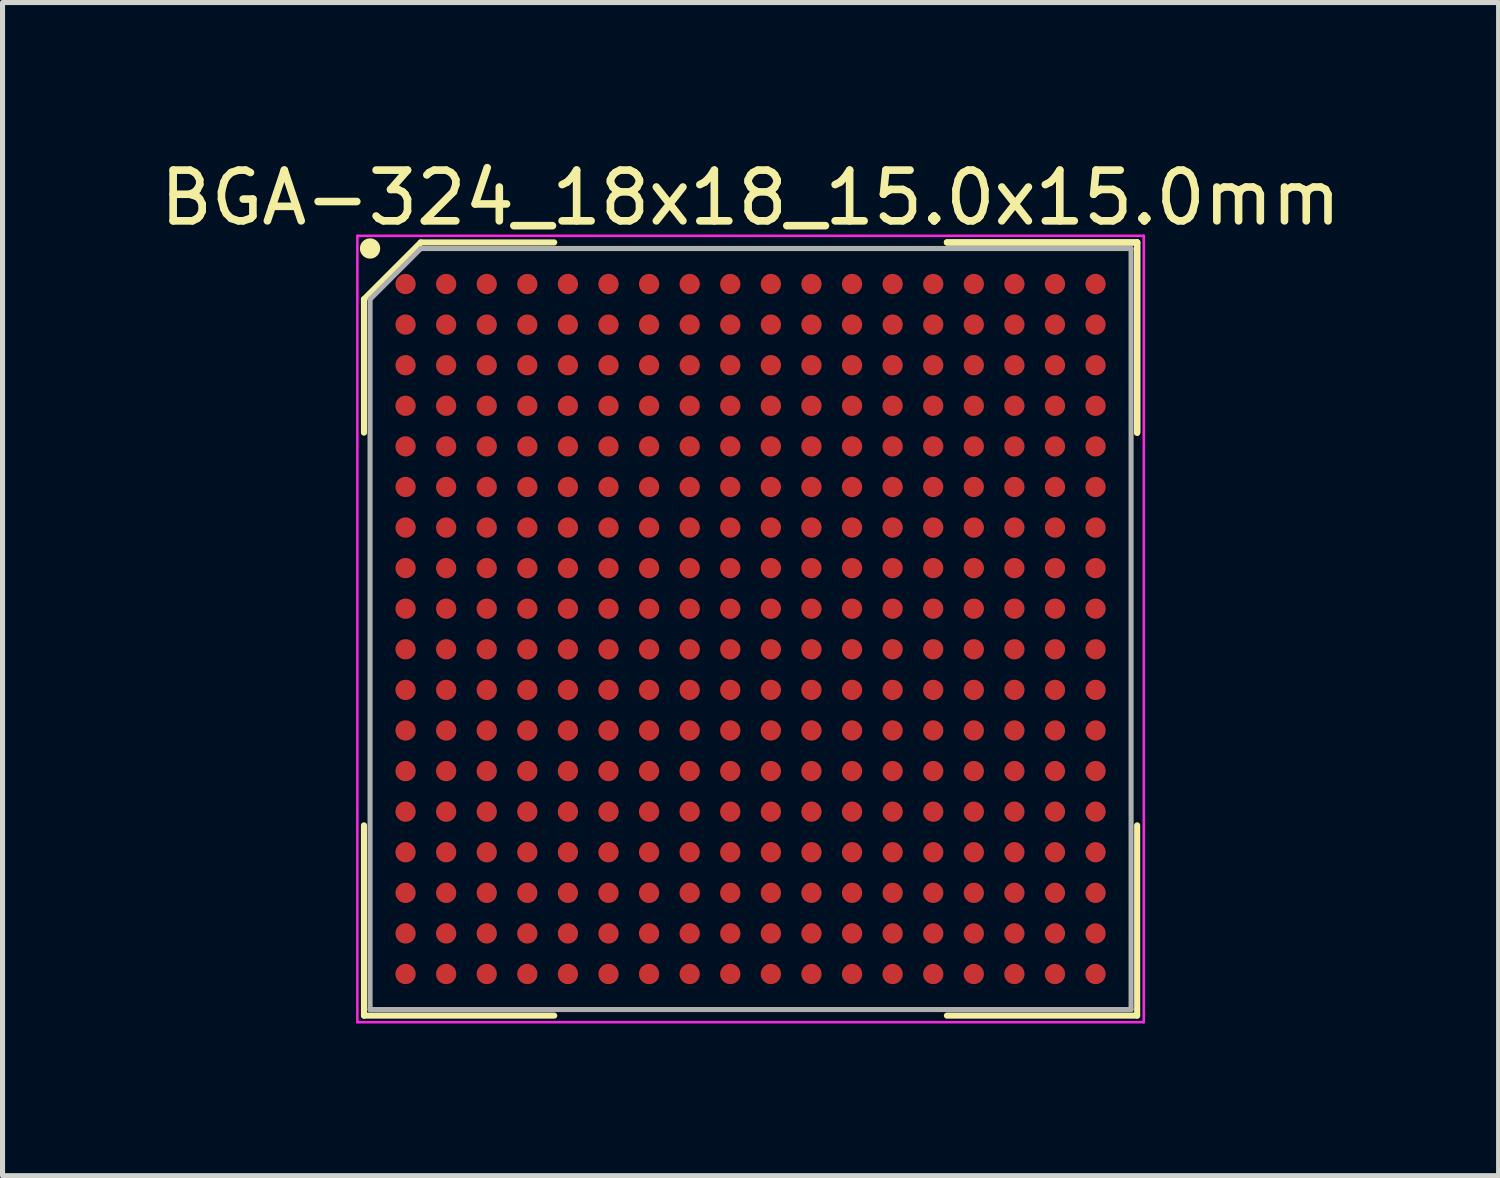
<source format=kicad_pcb>
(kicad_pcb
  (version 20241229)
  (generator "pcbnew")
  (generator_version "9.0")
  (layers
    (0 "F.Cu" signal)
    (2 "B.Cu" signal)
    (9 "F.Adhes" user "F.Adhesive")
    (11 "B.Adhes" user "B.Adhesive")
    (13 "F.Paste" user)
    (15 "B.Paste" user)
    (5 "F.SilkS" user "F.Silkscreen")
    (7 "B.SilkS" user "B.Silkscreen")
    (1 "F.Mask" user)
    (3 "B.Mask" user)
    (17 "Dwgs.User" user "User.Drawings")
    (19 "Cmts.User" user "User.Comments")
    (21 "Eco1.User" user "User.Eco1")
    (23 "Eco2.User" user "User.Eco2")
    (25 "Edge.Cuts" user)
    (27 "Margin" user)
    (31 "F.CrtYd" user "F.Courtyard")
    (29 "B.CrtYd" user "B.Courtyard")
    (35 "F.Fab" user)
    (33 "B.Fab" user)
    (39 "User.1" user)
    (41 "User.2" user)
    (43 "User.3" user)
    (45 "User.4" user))
  (footprint "BGA-324_18x18_15.0x15.0mm"
    (layer "F.Cu")
    (at 11.744 9.348)
    (property "Reference" "BGA-324_18x18_15.0x15.0mm" (at 0 -8.5 0) (layer "F.SilkS") (effects (font (size 1 1) (thickness 0.15))))
    (attr through_hole)
    (fp_line (start -7.62 -6.5) (end -7.62 -3.87) (stroke (width 0.12) (type solid)) (layer "F.SilkS"))
    (fp_line (start -7.62 7.62) (end -7.62 3.87) (stroke (width 0.12) (type solid)) (layer "F.SilkS"))
    (fp_line (start -6.5 -7.62) (end -7.62 -6.5) (stroke (width 0.12) (type solid)) (layer "F.SilkS"))
    (fp_line (start -3.87 -7.62) (end -6.5 -7.62) (stroke (width 0.12) (type solid)) (layer "F.SilkS"))
    (fp_line (start -3.87 7.62) (end -7.62 7.62) (stroke (width 0.12) (type solid)) (layer "F.SilkS"))
    (fp_line (start 3.87 -7.62) (end 7.62 -7.62) (stroke (width 0.12) (type solid)) (layer "F.SilkS"))
    (fp_line (start 3.87 -7.62) (end 7.62 -7.62) (stroke (width 0.12) (type solid)) (layer "F.SilkS"))
    (fp_line (start 3.87 -7.62) (end 7.62 -7.62) (stroke (width 0.12) (type solid)) (layer "F.SilkS"))
    (fp_line (start 3.87 7.62) (end 7.62 7.62) (stroke (width 0.12) (type solid)) (layer "F.SilkS"))
    (fp_line (start 7.62 -7.62) (end 7.62 -3.87) (stroke (width 0.12) (type solid)) (layer "F.SilkS"))
    (fp_line (start 7.62 -7.62) (end 7.62 -3.87) (stroke (width 0.12) (type solid)) (layer "F.SilkS"))
    (fp_line (start 7.62 -7.62) (end 7.62 -3.87) (stroke (width 0.12) (type solid)) (layer "F.SilkS"))
    (fp_line (start 7.62 7.62) (end 7.62 3.87) (stroke (width 0.12) (type solid)) (layer "F.SilkS"))
    (fp_circle (center -7.5 -7.5) (end -7.5 -7.4) (stroke (width 0.2) (type solid)) (fill no) (layer "F.SilkS"))
    (fp_line (start -7.75 -7.75) (end 7.75 -7.75) (stroke (width 0.05) (type solid)) (layer "F.CrtYd"))
    (fp_line (start -7.75 7.75) (end -7.75 -7.75) (stroke (width 0.05) (type solid)) (layer "F.CrtYd"))
    (fp_line (start 7.75 -7.75) (end 7.75 7.75) (stroke (width 0.05) (type solid)) (layer "F.CrtYd"))
    (fp_line (start 7.75 7.75) (end -7.75 7.75) (stroke (width 0.05) (type solid)) (layer "F.CrtYd"))
    (fp_line (start -7.5 -6.5) (end -7.5 7.5) (stroke (width 0.1) (type solid)) (layer "F.Fab"))
    (fp_line (start -7.5 7.5) (end 7.5 7.5) (stroke (width 0.1) (type solid)) (layer "F.Fab"))
    (fp_line (start -6.5 -7.5) (end -7.5 -6.5) (stroke (width 0.1) (type solid)) (layer "F.Fab"))
    (fp_line (start 7.5 -7.5) (end -6.5 -7.5) (stroke (width 0.1) (type solid)) (layer "F.Fab"))
    (fp_line (start 7.5 7.5) (end 7.5 -7.5) (stroke (width 0.1) (type solid)) (layer "F.Fab"))
    (pad "A1" smd circle (at -6.8 -6.8) (size 0.4 0.4) (layers "F.Cu" "F.Mask" "F.Paste"))
    (pad "A2" smd circle (at -6 -6.8) (size 0.4 0.4) (layers "F.Cu" "F.Mask" "F.Paste"))
    (pad "A3" smd circle (at -5.2 -6.8) (size 0.4 0.4) (layers "F.Cu" "F.Mask" "F.Paste"))
    (pad "A4" smd circle (at -4.4 -6.8) (size 0.4 0.4) (layers "F.Cu" "F.Mask" "F.Paste"))
    (pad "A5" smd circle (at -3.6 -6.8) (size 0.4 0.4) (layers "F.Cu" "F.Mask" "F.Paste"))
    (pad "A6" smd circle (at -2.8 -6.8) (size 0.4 0.4) (layers "F.Cu" "F.Mask" "F.Paste"))
    (pad "A7" smd circle (at -2 -6.8) (size 0.4 0.4) (layers "F.Cu" "F.Mask" "F.Paste"))
    (pad "A8" smd circle (at -1.2 -6.8) (size 0.4 0.4) (layers "F.Cu" "F.Mask" "F.Paste"))
    (pad "A9" smd circle (at -0.4 -6.8) (size 0.4 0.4) (layers "F.Cu" "F.Mask" "F.Paste"))
    (pad "A10" smd circle (at 0.4 -6.8) (size 0.4 0.4) (layers "F.Cu" "F.Mask" "F.Paste"))
    (pad "A11" smd circle (at 1.2 -6.8) (size 0.4 0.4) (layers "F.Cu" "F.Mask" "F.Paste"))
    (pad "A12" smd circle (at 2 -6.8) (size 0.4 0.4) (layers "F.Cu" "F.Mask" "F.Paste"))
    (pad "A13" smd circle (at 2.8 -6.8) (size 0.4 0.4) (layers "F.Cu" "F.Mask" "F.Paste"))
    (pad "A14" smd circle (at 3.6 -6.8) (size 0.4 0.4) (layers "F.Cu" "F.Mask" "F.Paste"))
    (pad "A15" smd circle (at 4.4 -6.8) (size 0.4 0.4) (layers "F.Cu" "F.Mask" "F.Paste"))
    (pad "A16" smd circle (at 5.2 -6.8) (size 0.4 0.4) (layers "F.Cu" "F.Mask" "F.Paste"))
    (pad "A17" smd circle (at 6 -6.8) (size 0.4 0.4) (layers "F.Cu" "F.Mask" "F.Paste"))
    (pad "A18" smd circle (at 6.8 -6.8) (size 0.4 0.4) (layers "F.Cu" "F.Mask" "F.Paste"))
    (pad "B1" smd circle (at -6.8 -6) (size 0.4 0.4) (layers "F.Cu" "F.Mask" "F.Paste"))
    (pad "B2" smd circle (at -6 -6) (size 0.4 0.4) (layers "F.Cu" "F.Mask" "F.Paste"))
    (pad "B3" smd circle (at -5.2 -6) (size 0.4 0.4) (layers "F.Cu" "F.Mask" "F.Paste"))
    (pad "B4" smd circle (at -4.4 -6) (size 0.4 0.4) (layers "F.Cu" "F.Mask" "F.Paste"))
    (pad "B5" smd circle (at -3.6 -6) (size 0.4 0.4) (layers "F.Cu" "F.Mask" "F.Paste"))
    (pad "B6" smd circle (at -2.8 -6) (size 0.4 0.4) (layers "F.Cu" "F.Mask" "F.Paste"))
    (pad "B7" smd circle (at -2 -6) (size 0.4 0.4) (layers "F.Cu" "F.Mask" "F.Paste"))
    (pad "B8" smd circle (at -1.2 -6) (size 0.4 0.4) (layers "F.Cu" "F.Mask" "F.Paste"))
    (pad "B9" smd circle (at -0.4 -6) (size 0.4 0.4) (layers "F.Cu" "F.Mask" "F.Paste"))
    (pad "B10" smd circle (at 0.4 -6) (size 0.4 0.4) (layers "F.Cu" "F.Mask" "F.Paste"))
    (pad "B11" smd circle (at 1.2 -6) (size 0.4 0.4) (layers "F.Cu" "F.Mask" "F.Paste"))
    (pad "B12" smd circle (at 2 -6) (size 0.4 0.4) (layers "F.Cu" "F.Mask" "F.Paste"))
    (pad "B13" smd circle (at 2.8 -6) (size 0.4 0.4) (layers "F.Cu" "F.Mask" "F.Paste"))
    (pad "B14" smd circle (at 3.6 -6) (size 0.4 0.4) (layers "F.Cu" "F.Mask" "F.Paste"))
    (pad "B15" smd circle (at 4.4 -6) (size 0.4 0.4) (layers "F.Cu" "F.Mask" "F.Paste"))
    (pad "B16" smd circle (at 5.2 -6) (size 0.4 0.4) (layers "F.Cu" "F.Mask" "F.Paste"))
    (pad "B17" smd circle (at 6 -6) (size 0.4 0.4) (layers "F.Cu" "F.Mask" "F.Paste"))
    (pad "B18" smd circle (at 6.8 -6) (size 0.4 0.4) (layers "F.Cu" "F.Mask" "F.Paste"))
    (pad "C1" smd circle (at -6.8 -5.2) (size 0.4 0.4) (layers "F.Cu" "F.Mask" "F.Paste"))
    (pad "C2" smd circle (at -6 -5.2) (size 0.4 0.4) (layers "F.Cu" "F.Mask" "F.Paste"))
    (pad "C3" smd circle (at -5.2 -5.2) (size 0.4 0.4) (layers "F.Cu" "F.Mask" "F.Paste"))
    (pad "C4" smd circle (at -4.4 -5.2) (size 0.4 0.4) (layers "F.Cu" "F.Mask" "F.Paste"))
    (pad "C5" smd circle (at -3.6 -5.2) (size 0.4 0.4) (layers "F.Cu" "F.Mask" "F.Paste"))
    (pad "C6" smd circle (at -2.8 -5.2) (size 0.4 0.4) (layers "F.Cu" "F.Mask" "F.Paste"))
    (pad "C7" smd circle (at -2 -5.2) (size 0.4 0.4) (layers "F.Cu" "F.Mask" "F.Paste"))
    (pad "C8" smd circle (at -1.2 -5.2) (size 0.4 0.4) (layers "F.Cu" "F.Mask" "F.Paste"))
    (pad "C9" smd circle (at -0.4 -5.2) (size 0.4 0.4) (layers "F.Cu" "F.Mask" "F.Paste"))
    (pad "C10" smd circle (at 0.4 -5.2) (size 0.4 0.4) (layers "F.Cu" "F.Mask" "F.Paste"))
    (pad "C11" smd circle (at 1.2 -5.2) (size 0.4 0.4) (layers "F.Cu" "F.Mask" "F.Paste"))
    (pad "C12" smd circle (at 2 -5.2) (size 0.4 0.4) (layers "F.Cu" "F.Mask" "F.Paste"))
    (pad "C13" smd circle (at 2.8 -5.2) (size 0.4 0.4) (layers "F.Cu" "F.Mask" "F.Paste"))
    (pad "C14" smd circle (at 3.6 -5.2) (size 0.4 0.4) (layers "F.Cu" "F.Mask" "F.Paste"))
    (pad "C15" smd circle (at 4.4 -5.2) (size 0.4 0.4) (layers "F.Cu" "F.Mask" "F.Paste"))
    (pad "C16" smd circle (at 5.2 -5.2) (size 0.4 0.4) (layers "F.Cu" "F.Mask" "F.Paste"))
    (pad "C17" smd circle (at 6 -5.2) (size 0.4 0.4) (layers "F.Cu" "F.Mask" "F.Paste"))
    (pad "C18" smd circle (at 6.8 -5.2) (size 0.4 0.4) (layers "F.Cu" "F.Mask" "F.Paste"))
    (pad "D1" smd circle (at -6.8 -4.4) (size 0.4 0.4) (layers "F.Cu" "F.Mask" "F.Paste"))
    (pad "D2" smd circle (at -6 -4.4) (size 0.4 0.4) (layers "F.Cu" "F.Mask" "F.Paste"))
    (pad "D3" smd circle (at -5.2 -4.4) (size 0.4 0.4) (layers "F.Cu" "F.Mask" "F.Paste"))
    (pad "D4" smd circle (at -4.4 -4.4) (size 0.4 0.4) (layers "F.Cu" "F.Mask" "F.Paste"))
    (pad "D5" smd circle (at -3.6 -4.4) (size 0.4 0.4) (layers "F.Cu" "F.Mask" "F.Paste"))
    (pad "D6" smd circle (at -2.8 -4.4) (size 0.4 0.4) (layers "F.Cu" "F.Mask" "F.Paste"))
    (pad "D7" smd circle (at -2 -4.4) (size 0.4 0.4) (layers "F.Cu" "F.Mask" "F.Paste"))
    (pad "D8" smd circle (at -1.2 -4.4) (size 0.4 0.4) (layers "F.Cu" "F.Mask" "F.Paste"))
    (pad "D9" smd circle (at -0.4 -4.4) (size 0.4 0.4) (layers "F.Cu" "F.Mask" "F.Paste"))
    (pad "D10" smd circle (at 0.4 -4.4) (size 0.4 0.4) (layers "F.Cu" "F.Mask" "F.Paste"))
    (pad "D11" smd circle (at 1.2 -4.4) (size 0.4 0.4) (layers "F.Cu" "F.Mask" "F.Paste"))
    (pad "D12" smd circle (at 2 -4.4) (size 0.4 0.4) (layers "F.Cu" "F.Mask" "F.Paste"))
    (pad "D13" smd circle (at 2.8 -4.4) (size 0.4 0.4) (layers "F.Cu" "F.Mask" "F.Paste"))
    (pad "D14" smd circle (at 3.6 -4.4) (size 0.4 0.4) (layers "F.Cu" "F.Mask" "F.Paste"))
    (pad "D15" smd circle (at 4.4 -4.4) (size 0.4 0.4) (layers "F.Cu" "F.Mask" "F.Paste"))
    (pad "D16" smd circle (at 5.2 -4.4) (size 0.4 0.4) (layers "F.Cu" "F.Mask" "F.Paste"))
    (pad "D17" smd circle (at 6 -4.4) (size 0.4 0.4) (layers "F.Cu" "F.Mask" "F.Paste"))
    (pad "D18" smd circle (at 6.8 -4.4) (size 0.4 0.4) (layers "F.Cu" "F.Mask" "F.Paste"))
    (pad "E1" smd circle (at -6.8 -3.6) (size 0.4 0.4) (layers "F.Cu" "F.Mask" "F.Paste"))
    (pad "E2" smd circle (at -6 -3.6) (size 0.4 0.4) (layers "F.Cu" "F.Mask" "F.Paste"))
    (pad "E3" smd circle (at -5.2 -3.6) (size 0.4 0.4) (layers "F.Cu" "F.Mask" "F.Paste"))
    (pad "E4" smd circle (at -4.4 -3.6) (size 0.4 0.4) (layers "F.Cu" "F.Mask" "F.Paste"))
    (pad "E5" smd circle (at -3.6 -3.6) (size 0.4 0.4) (layers "F.Cu" "F.Mask" "F.Paste"))
    (pad "E6" smd circle (at -2.8 -3.6) (size 0.4 0.4) (layers "F.Cu" "F.Mask" "F.Paste"))
    (pad "E7" smd circle (at -2 -3.6) (size 0.4 0.4) (layers "F.Cu" "F.Mask" "F.Paste"))
    (pad "E8" smd circle (at -1.2 -3.6) (size 0.4 0.4) (layers "F.Cu" "F.Mask" "F.Paste"))
    (pad "E9" smd circle (at -0.4 -3.6) (size 0.4 0.4) (layers "F.Cu" "F.Mask" "F.Paste"))
    (pad "E10" smd circle (at 0.4 -3.6) (size 0.4 0.4) (layers "F.Cu" "F.Mask" "F.Paste"))
    (pad "E11" smd circle (at 1.2 -3.6) (size 0.4 0.4) (layers "F.Cu" "F.Mask" "F.Paste"))
    (pad "E12" smd circle (at 2 -3.6) (size 0.4 0.4) (layers "F.Cu" "F.Mask" "F.Paste"))
    (pad "E13" smd circle (at 2.8 -3.6) (size 0.4 0.4) (layers "F.Cu" "F.Mask" "F.Paste"))
    (pad "E14" smd circle (at 3.6 -3.6) (size 0.4 0.4) (layers "F.Cu" "F.Mask" "F.Paste"))
    (pad "E15" smd circle (at 4.4 -3.6) (size 0.4 0.4) (layers "F.Cu" "F.Mask" "F.Paste"))
    (pad "E16" smd circle (at 5.2 -3.6) (size 0.4 0.4) (layers "F.Cu" "F.Mask" "F.Paste"))
    (pad "E17" smd circle (at 6 -3.6) (size 0.4 0.4) (layers "F.Cu" "F.Mask" "F.Paste"))
    (pad "E18" smd circle (at 6.8 -3.6) (size 0.4 0.4) (layers "F.Cu" "F.Mask" "F.Paste"))
    (pad "F1" smd circle (at -6.8 -2.8) (size 0.4 0.4) (layers "F.Cu" "F.Mask" "F.Paste"))
    (pad "F2" smd circle (at -6 -2.8) (size 0.4 0.4) (layers "F.Cu" "F.Mask" "F.Paste"))
    (pad "F3" smd circle (at -5.2 -2.8) (size 0.4 0.4) (layers "F.Cu" "F.Mask" "F.Paste"))
    (pad "F4" smd circle (at -4.4 -2.8) (size 0.4 0.4) (layers "F.Cu" "F.Mask" "F.Paste"))
    (pad "F5" smd circle (at -3.6 -2.8) (size 0.4 0.4) (layers "F.Cu" "F.Mask" "F.Paste"))
    (pad "F6" smd circle (at -2.8 -2.8) (size 0.4 0.4) (layers "F.Cu" "F.Mask" "F.Paste"))
    (pad "F7" smd circle (at -2 -2.8) (size 0.4 0.4) (layers "F.Cu" "F.Mask" "F.Paste"))
    (pad "F8" smd circle (at -1.2 -2.8) (size 0.4 0.4) (layers "F.Cu" "F.Mask" "F.Paste"))
    (pad "F9" smd circle (at -0.4 -2.8) (size 0.4 0.4) (layers "F.Cu" "F.Mask" "F.Paste"))
    (pad "F10" smd circle (at 0.4 -2.8) (size 0.4 0.4) (layers "F.Cu" "F.Mask" "F.Paste"))
    (pad "F11" smd circle (at 1.2 -2.8) (size 0.4 0.4) (layers "F.Cu" "F.Mask" "F.Paste"))
    (pad "F12" smd circle (at 2 -2.8) (size 0.4 0.4) (layers "F.Cu" "F.Mask" "F.Paste"))
    (pad "F13" smd circle (at 2.8 -2.8) (size 0.4 0.4) (layers "F.Cu" "F.Mask" "F.Paste"))
    (pad "F14" smd circle (at 3.6 -2.8) (size 0.4 0.4) (layers "F.Cu" "F.Mask" "F.Paste"))
    (pad "F15" smd circle (at 4.4 -2.8) (size 0.4 0.4) (layers "F.Cu" "F.Mask" "F.Paste"))
    (pad "F16" smd circle (at 5.2 -2.8) (size 0.4 0.4) (layers "F.Cu" "F.Mask" "F.Paste"))
    (pad "F17" smd circle (at 6 -2.8) (size 0.4 0.4) (layers "F.Cu" "F.Mask" "F.Paste"))
    (pad "F18" smd circle (at 6.8 -2.8) (size 0.4 0.4) (layers "F.Cu" "F.Mask" "F.Paste"))
    (pad "G1" smd circle (at -6.8 -2) (size 0.4 0.4) (layers "F.Cu" "F.Mask" "F.Paste"))
    (pad "G2" smd circle (at -6 -2) (size 0.4 0.4) (layers "F.Cu" "F.Mask" "F.Paste"))
    (pad "G3" smd circle (at -5.2 -2) (size 0.4 0.4) (layers "F.Cu" "F.Mask" "F.Paste"))
    (pad "G4" smd circle (at -4.4 -2) (size 0.4 0.4) (layers "F.Cu" "F.Mask" "F.Paste"))
    (pad "G5" smd circle (at -3.6 -2) (size 0.4 0.4) (layers "F.Cu" "F.Mask" "F.Paste"))
    (pad "G6" smd circle (at -2.8 -2) (size 0.4 0.4) (layers "F.Cu" "F.Mask" "F.Paste"))
    (pad "G7" smd circle (at -2 -2) (size 0.4 0.4) (layers "F.Cu" "F.Mask" "F.Paste"))
    (pad "G8" smd circle (at -1.2 -2) (size 0.4 0.4) (layers "F.Cu" "F.Mask" "F.Paste"))
    (pad "G9" smd circle (at -0.4 -2) (size 0.4 0.4) (layers "F.Cu" "F.Mask" "F.Paste"))
    (pad "G10" smd circle (at 0.4 -2) (size 0.4 0.4) (layers "F.Cu" "F.Mask" "F.Paste"))
    (pad "G11" smd circle (at 1.2 -2) (size 0.4 0.4) (layers "F.Cu" "F.Mask" "F.Paste"))
    (pad "G12" smd circle (at 2 -2) (size 0.4 0.4) (layers "F.Cu" "F.Mask" "F.Paste"))
    (pad "G13" smd circle (at 2.8 -2) (size 0.4 0.4) (layers "F.Cu" "F.Mask" "F.Paste"))
    (pad "G14" smd circle (at 3.6 -2) (size 0.4 0.4) (layers "F.Cu" "F.Mask" "F.Paste"))
    (pad "G15" smd circle (at 4.4 -2) (size 0.4 0.4) (layers "F.Cu" "F.Mask" "F.Paste"))
    (pad "G16" smd circle (at 5.2 -2) (size 0.4 0.4) (layers "F.Cu" "F.Mask" "F.Paste"))
    (pad "G17" smd circle (at 6 -2) (size 0.4 0.4) (layers "F.Cu" "F.Mask" "F.Paste"))
    (pad "G18" smd circle (at 6.8 -2) (size 0.4 0.4) (layers "F.Cu" "F.Mask" "F.Paste"))
    (pad "H1" smd circle (at -6.8 -1.2) (size 0.4 0.4) (layers "F.Cu" "F.Mask" "F.Paste"))
    (pad "H2" smd circle (at -6 -1.2) (size 0.4 0.4) (layers "F.Cu" "F.Mask" "F.Paste"))
    (pad "H3" smd circle (at -5.2 -1.2) (size 0.4 0.4) (layers "F.Cu" "F.Mask" "F.Paste"))
    (pad "H4" smd circle (at -4.4 -1.2) (size 0.4 0.4) (layers "F.Cu" "F.Mask" "F.Paste"))
    (pad "H5" smd circle (at -3.6 -1.2) (size 0.4 0.4) (layers "F.Cu" "F.Mask" "F.Paste"))
    (pad "H6" smd circle (at -2.8 -1.2) (size 0.4 0.4) (layers "F.Cu" "F.Mask" "F.Paste"))
    (pad "H7" smd circle (at -2 -1.2) (size 0.4 0.4) (layers "F.Cu" "F.Mask" "F.Paste"))
    (pad "H8" smd circle (at -1.2 -1.2) (size 0.4 0.4) (layers "F.Cu" "F.Mask" "F.Paste"))
    (pad "H9" smd circle (at -0.4 -1.2) (size 0.4 0.4) (layers "F.Cu" "F.Mask" "F.Paste"))
    (pad "H10" smd circle (at 0.4 -1.2) (size 0.4 0.4) (layers "F.Cu" "F.Mask" "F.Paste"))
    (pad "H11" smd circle (at 1.2 -1.2) (size 0.4 0.4) (layers "F.Cu" "F.Mask" "F.Paste"))
    (pad "H12" smd circle (at 2 -1.2) (size 0.4 0.4) (layers "F.Cu" "F.Mask" "F.Paste"))
    (pad "H13" smd circle (at 2.8 -1.2) (size 0.4 0.4) (layers "F.Cu" "F.Mask" "F.Paste"))
    (pad "H14" smd circle (at 3.6 -1.2) (size 0.4 0.4) (layers "F.Cu" "F.Mask" "F.Paste"))
    (pad "H15" smd circle (at 4.4 -1.2) (size 0.4 0.4) (layers "F.Cu" "F.Mask" "F.Paste"))
    (pad "H16" smd circle (at 5.2 -1.2) (size 0.4 0.4) (layers "F.Cu" "F.Mask" "F.Paste"))
    (pad "H17" smd circle (at 6 -1.2) (size 0.4 0.4) (layers "F.Cu" "F.Mask" "F.Paste"))
    (pad "H18" smd circle (at 6.8 -1.2) (size 0.4 0.4) (layers "F.Cu" "F.Mask" "F.Paste"))
    (pad "J1" smd circle (at -6.8 -0.4) (size 0.4 0.4) (layers "F.Cu" "F.Mask" "F.Paste"))
    (pad "J2" smd circle (at -6 -0.4) (size 0.4 0.4) (layers "F.Cu" "F.Mask" "F.Paste"))
    (pad "J3" smd circle (at -5.2 -0.4) (size 0.4 0.4) (layers "F.Cu" "F.Mask" "F.Paste"))
    (pad "J4" smd circle (at -4.4 -0.4) (size 0.4 0.4) (layers "F.Cu" "F.Mask" "F.Paste"))
    (pad "J5" smd circle (at -3.6 -0.4) (size 0.4 0.4) (layers "F.Cu" "F.Mask" "F.Paste"))
    (pad "J6" smd circle (at -2.8 -0.4) (size 0.4 0.4) (layers "F.Cu" "F.Mask" "F.Paste"))
    (pad "J7" smd circle (at -2 -0.4) (size 0.4 0.4) (layers "F.Cu" "F.Mask" "F.Paste"))
    (pad "J8" smd circle (at -1.2 -0.4) (size 0.4 0.4) (layers "F.Cu" "F.Mask" "F.Paste"))
    (pad "J9" smd circle (at -0.4 -0.4) (size 0.4 0.4) (layers "F.Cu" "F.Mask" "F.Paste"))
    (pad "J10" smd circle (at 0.4 -0.4) (size 0.4 0.4) (layers "F.Cu" "F.Mask" "F.Paste"))
    (pad "J11" smd circle (at 1.2 -0.4) (size 0.4 0.4) (layers "F.Cu" "F.Mask" "F.Paste"))
    (pad "J12" smd circle (at 2 -0.4) (size 0.4 0.4) (layers "F.Cu" "F.Mask" "F.Paste"))
    (pad "J13" smd circle (at 2.8 -0.4) (size 0.4 0.4) (layers "F.Cu" "F.Mask" "F.Paste"))
    (pad "J14" smd circle (at 3.6 -0.4) (size 0.4 0.4) (layers "F.Cu" "F.Mask" "F.Paste"))
    (pad "J15" smd circle (at 4.4 -0.4) (size 0.4 0.4) (layers "F.Cu" "F.Mask" "F.Paste"))
    (pad "J16" smd circle (at 5.2 -0.4) (size 0.4 0.4) (layers "F.Cu" "F.Mask" "F.Paste"))
    (pad "J17" smd circle (at 6 -0.4) (size 0.4 0.4) (layers "F.Cu" "F.Mask" "F.Paste"))
    (pad "J18" smd circle (at 6.8 -0.4) (size 0.4 0.4) (layers "F.Cu" "F.Mask" "F.Paste"))
    (pad "K1" smd circle (at -6.8 0.4) (size 0.4 0.4) (layers "F.Cu" "F.Mask" "F.Paste"))
    (pad "K2" smd circle (at -6 0.4) (size 0.4 0.4) (layers "F.Cu" "F.Mask" "F.Paste"))
    (pad "K3" smd circle (at -5.2 0.4) (size 0.4 0.4) (layers "F.Cu" "F.Mask" "F.Paste"))
    (pad "K4" smd circle (at -4.4 0.4) (size 0.4 0.4) (layers "F.Cu" "F.Mask" "F.Paste"))
    (pad "K5" smd circle (at -3.6 0.4) (size 0.4 0.4) (layers "F.Cu" "F.Mask" "F.Paste"))
    (pad "K6" smd circle (at -2.8 0.4) (size 0.4 0.4) (layers "F.Cu" "F.Mask" "F.Paste"))
    (pad "K7" smd circle (at -2 0.4) (size 0.4 0.4) (layers "F.Cu" "F.Mask" "F.Paste"))
    (pad "K8" smd circle (at -1.2 0.4) (size 0.4 0.4) (layers "F.Cu" "F.Mask" "F.Paste"))
    (pad "K9" smd circle (at -0.4 0.4) (size 0.4 0.4) (layers "F.Cu" "F.Mask" "F.Paste"))
    (pad "K10" smd circle (at 0.4 0.4) (size 0.4 0.4) (layers "F.Cu" "F.Mask" "F.Paste"))
    (pad "K11" smd circle (at 1.2 0.4) (size 0.4 0.4) (layers "F.Cu" "F.Mask" "F.Paste"))
    (pad "K12" smd circle (at 2 0.4) (size 0.4 0.4) (layers "F.Cu" "F.Mask" "F.Paste"))
    (pad "K13" smd circle (at 2.8 0.4) (size 0.4 0.4) (layers "F.Cu" "F.Mask" "F.Paste"))
    (pad "K14" smd circle (at 3.6 0.4) (size 0.4 0.4) (layers "F.Cu" "F.Mask" "F.Paste"))
    (pad "K15" smd circle (at 4.4 0.4) (size 0.4 0.4) (layers "F.Cu" "F.Mask" "F.Paste"))
    (pad "K16" smd circle (at 5.2 0.4) (size 0.4 0.4) (layers "F.Cu" "F.Mask" "F.Paste"))
    (pad "K17" smd circle (at 6 0.4) (size 0.4 0.4) (layers "F.Cu" "F.Mask" "F.Paste"))
    (pad "K18" smd circle (at 6.8 0.4) (size 0.4 0.4) (layers "F.Cu" "F.Mask" "F.Paste"))
    (pad "L1" smd circle (at -6.8 1.2) (size 0.4 0.4) (layers "F.Cu" "F.Mask" "F.Paste"))
    (pad "L2" smd circle (at -6 1.2) (size 0.4 0.4) (layers "F.Cu" "F.Mask" "F.Paste"))
    (pad "L3" smd circle (at -5.2 1.2) (size 0.4 0.4) (layers "F.Cu" "F.Mask" "F.Paste"))
    (pad "L4" smd circle (at -4.4 1.2) (size 0.4 0.4) (layers "F.Cu" "F.Mask" "F.Paste"))
    (pad "L5" smd circle (at -3.6 1.2) (size 0.4 0.4) (layers "F.Cu" "F.Mask" "F.Paste"))
    (pad "L6" smd circle (at -2.8 1.2) (size 0.4 0.4) (layers "F.Cu" "F.Mask" "F.Paste"))
    (pad "L7" smd circle (at -2 1.2) (size 0.4 0.4) (layers "F.Cu" "F.Mask" "F.Paste"))
    (pad "L8" smd circle (at -1.2 1.2) (size 0.4 0.4) (layers "F.Cu" "F.Mask" "F.Paste"))
    (pad "L9" smd circle (at -0.4 1.2) (size 0.4 0.4) (layers "F.Cu" "F.Mask" "F.Paste"))
    (pad "L10" smd circle (at 0.4 1.2) (size 0.4 0.4) (layers "F.Cu" "F.Mask" "F.Paste"))
    (pad "L11" smd circle (at 1.2 1.2) (size 0.4 0.4) (layers "F.Cu" "F.Mask" "F.Paste"))
    (pad "L12" smd circle (at 2 1.2) (size 0.4 0.4) (layers "F.Cu" "F.Mask" "F.Paste"))
    (pad "L13" smd circle (at 2.8 1.2) (size 0.4 0.4) (layers "F.Cu" "F.Mask" "F.Paste"))
    (pad "L14" smd circle (at 3.6 1.2) (size 0.4 0.4) (layers "F.Cu" "F.Mask" "F.Paste"))
    (pad "L15" smd circle (at 4.4 1.2) (size 0.4 0.4) (layers "F.Cu" "F.Mask" "F.Paste"))
    (pad "L16" smd circle (at 5.2 1.2) (size 0.4 0.4) (layers "F.Cu" "F.Mask" "F.Paste"))
    (pad "L17" smd circle (at 6 1.2) (size 0.4 0.4) (layers "F.Cu" "F.Mask" "F.Paste"))
    (pad "L18" smd circle (at 6.8 1.2) (size 0.4 0.4) (layers "F.Cu" "F.Mask" "F.Paste"))
    (pad "M1" smd circle (at -6.8 2) (size 0.4 0.4) (layers "F.Cu" "F.Mask" "F.Paste"))
    (pad "M2" smd circle (at -6 2) (size 0.4 0.4) (layers "F.Cu" "F.Mask" "F.Paste"))
    (pad "M3" smd circle (at -5.2 2) (size 0.4 0.4) (layers "F.Cu" "F.Mask" "F.Paste"))
    (pad "M4" smd circle (at -4.4 2) (size 0.4 0.4) (layers "F.Cu" "F.Mask" "F.Paste"))
    (pad "M5" smd circle (at -3.6 2) (size 0.4 0.4) (layers "F.Cu" "F.Mask" "F.Paste"))
    (pad "M6" smd circle (at -2.8 2) (size 0.4 0.4) (layers "F.Cu" "F.Mask" "F.Paste"))
    (pad "M7" smd circle (at -2 2) (size 0.4 0.4) (layers "F.Cu" "F.Mask" "F.Paste"))
    (pad "M8" smd circle (at -1.2 2) (size 0.4 0.4) (layers "F.Cu" "F.Mask" "F.Paste"))
    (pad "M9" smd circle (at -0.4 2) (size 0.4 0.4) (layers "F.Cu" "F.Mask" "F.Paste"))
    (pad "M10" smd circle (at 0.4 2) (size 0.4 0.4) (layers "F.Cu" "F.Mask" "F.Paste"))
    (pad "M11" smd circle (at 1.2 2) (size 0.4 0.4) (layers "F.Cu" "F.Mask" "F.Paste"))
    (pad "M12" smd circle (at 2 2) (size 0.4 0.4) (layers "F.Cu" "F.Mask" "F.Paste"))
    (pad "M13" smd circle (at 2.8 2) (size 0.4 0.4) (layers "F.Cu" "F.Mask" "F.Paste"))
    (pad "M14" smd circle (at 3.6 2) (size 0.4 0.4) (layers "F.Cu" "F.Mask" "F.Paste"))
    (pad "M15" smd circle (at 4.4 2) (size 0.4 0.4) (layers "F.Cu" "F.Mask" "F.Paste"))
    (pad "M16" smd circle (at 5.2 2) (size 0.4 0.4) (layers "F.Cu" "F.Mask" "F.Paste"))
    (pad "M17" smd circle (at 6 2) (size 0.4 0.4) (layers "F.Cu" "F.Mask" "F.Paste"))
    (pad "M18" smd circle (at 6.8 2) (size 0.4 0.4) (layers "F.Cu" "F.Mask" "F.Paste"))
    (pad "N1" smd circle (at -6.8 2.8) (size 0.4 0.4) (layers "F.Cu" "F.Mask" "F.Paste"))
    (pad "N2" smd circle (at -6 2.8) (size 0.4 0.4) (layers "F.Cu" "F.Mask" "F.Paste"))
    (pad "N3" smd circle (at -5.2 2.8) (size 0.4 0.4) (layers "F.Cu" "F.Mask" "F.Paste"))
    (pad "N4" smd circle (at -4.4 2.8) (size 0.4 0.4) (layers "F.Cu" "F.Mask" "F.Paste"))
    (pad "N5" smd circle (at -3.6 2.8) (size 0.4 0.4) (layers "F.Cu" "F.Mask" "F.Paste"))
    (pad "N6" smd circle (at -2.8 2.8) (size 0.4 0.4) (layers "F.Cu" "F.Mask" "F.Paste"))
    (pad "N7" smd circle (at -2 2.8) (size 0.4 0.4) (layers "F.Cu" "F.Mask" "F.Paste"))
    (pad "N8" smd circle (at -1.2 2.8) (size 0.4 0.4) (layers "F.Cu" "F.Mask" "F.Paste"))
    (pad "N9" smd circle (at -0.4 2.8) (size 0.4 0.4) (layers "F.Cu" "F.Mask" "F.Paste"))
    (pad "N10" smd circle (at 0.4 2.8) (size 0.4 0.4) (layers "F.Cu" "F.Mask" "F.Paste"))
    (pad "N11" smd circle (at 1.2 2.8) (size 0.4 0.4) (layers "F.Cu" "F.Mask" "F.Paste"))
    (pad "N12" smd circle (at 2 2.8) (size 0.4 0.4) (layers "F.Cu" "F.Mask" "F.Paste"))
    (pad "N13" smd circle (at 2.8 2.8) (size 0.4 0.4) (layers "F.Cu" "F.Mask" "F.Paste"))
    (pad "N14" smd circle (at 3.6 2.8) (size 0.4 0.4) (layers "F.Cu" "F.Mask" "F.Paste"))
    (pad "N15" smd circle (at 4.4 2.8) (size 0.4 0.4) (layers "F.Cu" "F.Mask" "F.Paste"))
    (pad "N16" smd circle (at 5.2 2.8) (size 0.4 0.4) (layers "F.Cu" "F.Mask" "F.Paste"))
    (pad "N17" smd circle (at 6 2.8) (size 0.4 0.4) (layers "F.Cu" "F.Mask" "F.Paste"))
    (pad "N18" smd circle (at 6.8 2.8) (size 0.4 0.4) (layers "F.Cu" "F.Mask" "F.Paste"))
    (pad "P1" smd circle (at -6.8 3.6) (size 0.4 0.4) (layers "F.Cu" "F.Mask" "F.Paste"))
    (pad "P2" smd circle (at -6 3.6) (size 0.4 0.4) (layers "F.Cu" "F.Mask" "F.Paste"))
    (pad "P3" smd circle (at -5.2 3.6) (size 0.4 0.4) (layers "F.Cu" "F.Mask" "F.Paste"))
    (pad "P4" smd circle (at -4.4 3.6) (size 0.4 0.4) (layers "F.Cu" "F.Mask" "F.Paste"))
    (pad "P5" smd circle (at -3.6 3.6) (size 0.4 0.4) (layers "F.Cu" "F.Mask" "F.Paste"))
    (pad "P6" smd circle (at -2.8 3.6) (size 0.4 0.4) (layers "F.Cu" "F.Mask" "F.Paste"))
    (pad "P7" smd circle (at -2 3.6) (size 0.4 0.4) (layers "F.Cu" "F.Mask" "F.Paste"))
    (pad "P8" smd circle (at -1.2 3.6) (size 0.4 0.4) (layers "F.Cu" "F.Mask" "F.Paste"))
    (pad "P9" smd circle (at -0.4 3.6) (size 0.4 0.4) (layers "F.Cu" "F.Mask" "F.Paste"))
    (pad "P10" smd circle (at 0.4 3.6) (size 0.4 0.4) (layers "F.Cu" "F.Mask" "F.Paste"))
    (pad "P11" smd circle (at 1.2 3.6) (size 0.4 0.4) (layers "F.Cu" "F.Mask" "F.Paste"))
    (pad "P12" smd circle (at 2 3.6) (size 0.4 0.4) (layers "F.Cu" "F.Mask" "F.Paste"))
    (pad "P13" smd circle (at 2.8 3.6) (size 0.4 0.4) (layers "F.Cu" "F.Mask" "F.Paste"))
    (pad "P14" smd circle (at 3.6 3.6) (size 0.4 0.4) (layers "F.Cu" "F.Mask" "F.Paste"))
    (pad "P15" smd circle (at 4.4 3.6) (size 0.4 0.4) (layers "F.Cu" "F.Mask" "F.Paste"))
    (pad "P16" smd circle (at 5.2 3.6) (size 0.4 0.4) (layers "F.Cu" "F.Mask" "F.Paste"))
    (pad "P17" smd circle (at 6 3.6) (size 0.4 0.4) (layers "F.Cu" "F.Mask" "F.Paste"))
    (pad "P18" smd circle (at 6.8 3.6) (size 0.4 0.4) (layers "F.Cu" "F.Mask" "F.Paste"))
    (pad "R1" smd circle (at -6.8 4.4) (size 0.4 0.4) (layers "F.Cu" "F.Mask" "F.Paste"))
    (pad "R2" smd circle (at -6 4.4) (size 0.4 0.4) (layers "F.Cu" "F.Mask" "F.Paste"))
    (pad "R3" smd circle (at -5.2 4.4) (size 0.4 0.4) (layers "F.Cu" "F.Mask" "F.Paste"))
    (pad "R4" smd circle (at -4.4 4.4) (size 0.4 0.4) (layers "F.Cu" "F.Mask" "F.Paste"))
    (pad "R5" smd circle (at -3.6 4.4) (size 0.4 0.4) (layers "F.Cu" "F.Mask" "F.Paste"))
    (pad "R6" smd circle (at -2.8 4.4) (size 0.4 0.4) (layers "F.Cu" "F.Mask" "F.Paste"))
    (pad "R7" smd circle (at -2 4.4) (size 0.4 0.4) (layers "F.Cu" "F.Mask" "F.Paste"))
    (pad "R8" smd circle (at -1.2 4.4) (size 0.4 0.4) (layers "F.Cu" "F.Mask" "F.Paste"))
    (pad "R9" smd circle (at -0.4 4.4) (size 0.4 0.4) (layers "F.Cu" "F.Mask" "F.Paste"))
    (pad "R10" smd circle (at 0.4 4.4) (size 0.4 0.4) (layers "F.Cu" "F.Mask" "F.Paste"))
    (pad "R11" smd circle (at 1.2 4.4) (size 0.4 0.4) (layers "F.Cu" "F.Mask" "F.Paste"))
    (pad "R12" smd circle (at 2 4.4) (size 0.4 0.4) (layers "F.Cu" "F.Mask" "F.Paste"))
    (pad "R13" smd circle (at 2.8 4.4) (size 0.4 0.4) (layers "F.Cu" "F.Mask" "F.Paste"))
    (pad "R14" smd circle (at 3.6 4.4) (size 0.4 0.4) (layers "F.Cu" "F.Mask" "F.Paste"))
    (pad "R15" smd circle (at 4.4 4.4) (size 0.4 0.4) (layers "F.Cu" "F.Mask" "F.Paste"))
    (pad "R16" smd circle (at 5.2 4.4) (size 0.4 0.4) (layers "F.Cu" "F.Mask" "F.Paste"))
    (pad "R17" smd circle (at 6 4.4) (size 0.4 0.4) (layers "F.Cu" "F.Mask" "F.Paste"))
    (pad "R18" smd circle (at 6.8 4.4) (size 0.4 0.4) (layers "F.Cu" "F.Mask" "F.Paste"))
    (pad "T1" smd circle (at -6.8 5.2) (size 0.4 0.4) (layers "F.Cu" "F.Mask" "F.Paste"))
    (pad "T2" smd circle (at -6 5.2) (size 0.4 0.4) (layers "F.Cu" "F.Mask" "F.Paste"))
    (pad "T3" smd circle (at -5.2 5.2) (size 0.4 0.4) (layers "F.Cu" "F.Mask" "F.Paste"))
    (pad "T4" smd circle (at -4.4 5.2) (size 0.4 0.4) (layers "F.Cu" "F.Mask" "F.Paste"))
    (pad "T5" smd circle (at -3.6 5.2) (size 0.4 0.4) (layers "F.Cu" "F.Mask" "F.Paste"))
    (pad "T6" smd circle (at -2.8 5.2) (size 0.4 0.4) (layers "F.Cu" "F.Mask" "F.Paste"))
    (pad "T7" smd circle (at -2 5.2) (size 0.4 0.4) (layers "F.Cu" "F.Mask" "F.Paste"))
    (pad "T8" smd circle (at -1.2 5.2) (size 0.4 0.4) (layers "F.Cu" "F.Mask" "F.Paste"))
    (pad "T9" smd circle (at -0.4 5.2) (size 0.4 0.4) (layers "F.Cu" "F.Mask" "F.Paste"))
    (pad "T10" smd circle (at 0.4 5.2) (size 0.4 0.4) (layers "F.Cu" "F.Mask" "F.Paste"))
    (pad "T11" smd circle (at 1.2 5.2) (size 0.4 0.4) (layers "F.Cu" "F.Mask" "F.Paste"))
    (pad "T12" smd circle (at 2 5.2) (size 0.4 0.4) (layers "F.Cu" "F.Mask" "F.Paste"))
    (pad "T13" smd circle (at 2.8 5.2) (size 0.4 0.4) (layers "F.Cu" "F.Mask" "F.Paste"))
    (pad "T14" smd circle (at 3.6 5.2) (size 0.4 0.4) (layers "F.Cu" "F.Mask" "F.Paste"))
    (pad "T15" smd circle (at 4.4 5.2) (size 0.4 0.4) (layers "F.Cu" "F.Mask" "F.Paste"))
    (pad "T16" smd circle (at 5.2 5.2) (size 0.4 0.4) (layers "F.Cu" "F.Mask" "F.Paste"))
    (pad "T17" smd circle (at 6 5.2) (size 0.4 0.4) (layers "F.Cu" "F.Mask" "F.Paste"))
    (pad "T18" smd circle (at 6.8 5.2) (size 0.4 0.4) (layers "F.Cu" "F.Mask" "F.Paste"))
    (pad "U1" smd circle (at -6.8 6) (size 0.4 0.4) (layers "F.Cu" "F.Mask" "F.Paste"))
    (pad "U2" smd circle (at -6 6) (size 0.4 0.4) (layers "F.Cu" "F.Mask" "F.Paste"))
    (pad "U3" smd circle (at -5.2 6) (size 0.4 0.4) (layers "F.Cu" "F.Mask" "F.Paste"))
    (pad "U4" smd circle (at -4.4 6) (size 0.4 0.4) (layers "F.Cu" "F.Mask" "F.Paste"))
    (pad "U5" smd circle (at -3.6 6) (size 0.4 0.4) (layers "F.Cu" "F.Mask" "F.Paste"))
    (pad "U6" smd circle (at -2.8 6) (size 0.4 0.4) (layers "F.Cu" "F.Mask" "F.Paste"))
    (pad "U7" smd circle (at -2 6) (size 0.4 0.4) (layers "F.Cu" "F.Mask" "F.Paste"))
    (pad "U8" smd circle (at -1.2 6) (size 0.4 0.4) (layers "F.Cu" "F.Mask" "F.Paste"))
    (pad "U9" smd circle (at -0.4 6) (size 0.4 0.4) (layers "F.Cu" "F.Mask" "F.Paste"))
    (pad "U10" smd circle (at 0.4 6) (size 0.4 0.4) (layers "F.Cu" "F.Mask" "F.Paste"))
    (pad "U11" smd circle (at 1.2 6) (size 0.4 0.4) (layers "F.Cu" "F.Mask" "F.Paste"))
    (pad "U12" smd circle (at 2 6) (size 0.4 0.4) (layers "F.Cu" "F.Mask" "F.Paste"))
    (pad "U13" smd circle (at 2.8 6) (size 0.4 0.4) (layers "F.Cu" "F.Mask" "F.Paste"))
    (pad "U14" smd circle (at 3.6 6) (size 0.4 0.4) (layers "F.Cu" "F.Mask" "F.Paste"))
    (pad "U15" smd circle (at 4.4 6) (size 0.4 0.4) (layers "F.Cu" "F.Mask" "F.Paste"))
    (pad "U16" smd circle (at 5.2 6) (size 0.4 0.4) (layers "F.Cu" "F.Mask" "F.Paste"))
    (pad "U17" smd circle (at 6 6) (size 0.4 0.4) (layers "F.Cu" "F.Mask" "F.Paste"))
    (pad "U18" smd circle (at 6.8 6) (size 0.4 0.4) (layers "F.Cu" "F.Mask" "F.Paste"))
    (pad "V1" smd circle (at -6.8 6.8) (size 0.4 0.4) (layers "F.Cu" "F.Mask" "F.Paste"))
    (pad "V2" smd circle (at -6 6.8) (size 0.4 0.4) (layers "F.Cu" "F.Mask" "F.Paste"))
    (pad "V3" smd circle (at -5.2 6.8) (size 0.4 0.4) (layers "F.Cu" "F.Mask" "F.Paste"))
    (pad "V4" smd circle (at -4.4 6.8) (size 0.4 0.4) (layers "F.Cu" "F.Mask" "F.Paste"))
    (pad "V5" smd circle (at -3.6 6.8) (size 0.4 0.4) (layers "F.Cu" "F.Mask" "F.Paste"))
    (pad "V6" smd circle (at -2.8 6.8) (size 0.4 0.4) (layers "F.Cu" "F.Mask" "F.Paste"))
    (pad "V7" smd circle (at -2 6.8) (size 0.4 0.4) (layers "F.Cu" "F.Mask" "F.Paste"))
    (pad "V8" smd circle (at -1.2 6.8) (size 0.4 0.4) (layers "F.Cu" "F.Mask" "F.Paste"))
    (pad "V9" smd circle (at -0.4 6.8) (size 0.4 0.4) (layers "F.Cu" "F.Mask" "F.Paste"))
    (pad "V10" smd circle (at 0.4 6.8) (size 0.4 0.4) (layers "F.Cu" "F.Mask" "F.Paste"))
    (pad "V11" smd circle (at 1.2 6.8) (size 0.4 0.4) (layers "F.Cu" "F.Mask" "F.Paste"))
    (pad "V12" smd circle (at 2 6.8) (size 0.4 0.4) (layers "F.Cu" "F.Mask" "F.Paste"))
    (pad "V13" smd circle (at 2.8 6.8) (size 0.4 0.4) (layers "F.Cu" "F.Mask" "F.Paste"))
    (pad "V14" smd circle (at 3.6 6.8) (size 0.4 0.4) (layers "F.Cu" "F.Mask" "F.Paste"))
    (pad "V15" smd circle (at 4.4 6.8) (size 0.4 0.4) (layers "F.Cu" "F.Mask" "F.Paste"))
    (pad "V16" smd circle (at 5.2 6.8) (size 0.4 0.4) (layers "F.Cu" "F.Mask" "F.Paste"))
    (pad "V17" smd circle (at 6 6.8) (size 0.4 0.4) (layers "F.Cu" "F.Mask" "F.Paste"))
    (pad "V18" smd circle (at 6.8 6.8) (size 0.4 0.4) (layers "F.Cu" "F.Mask" "F.Paste")))
  (gr_rect
    (start -3 -3)
    (end 26.488 20.123)
    (stroke (width 0.1) (type default))
    (fill no)
    (layer "Edge.Cuts")))
</source>
